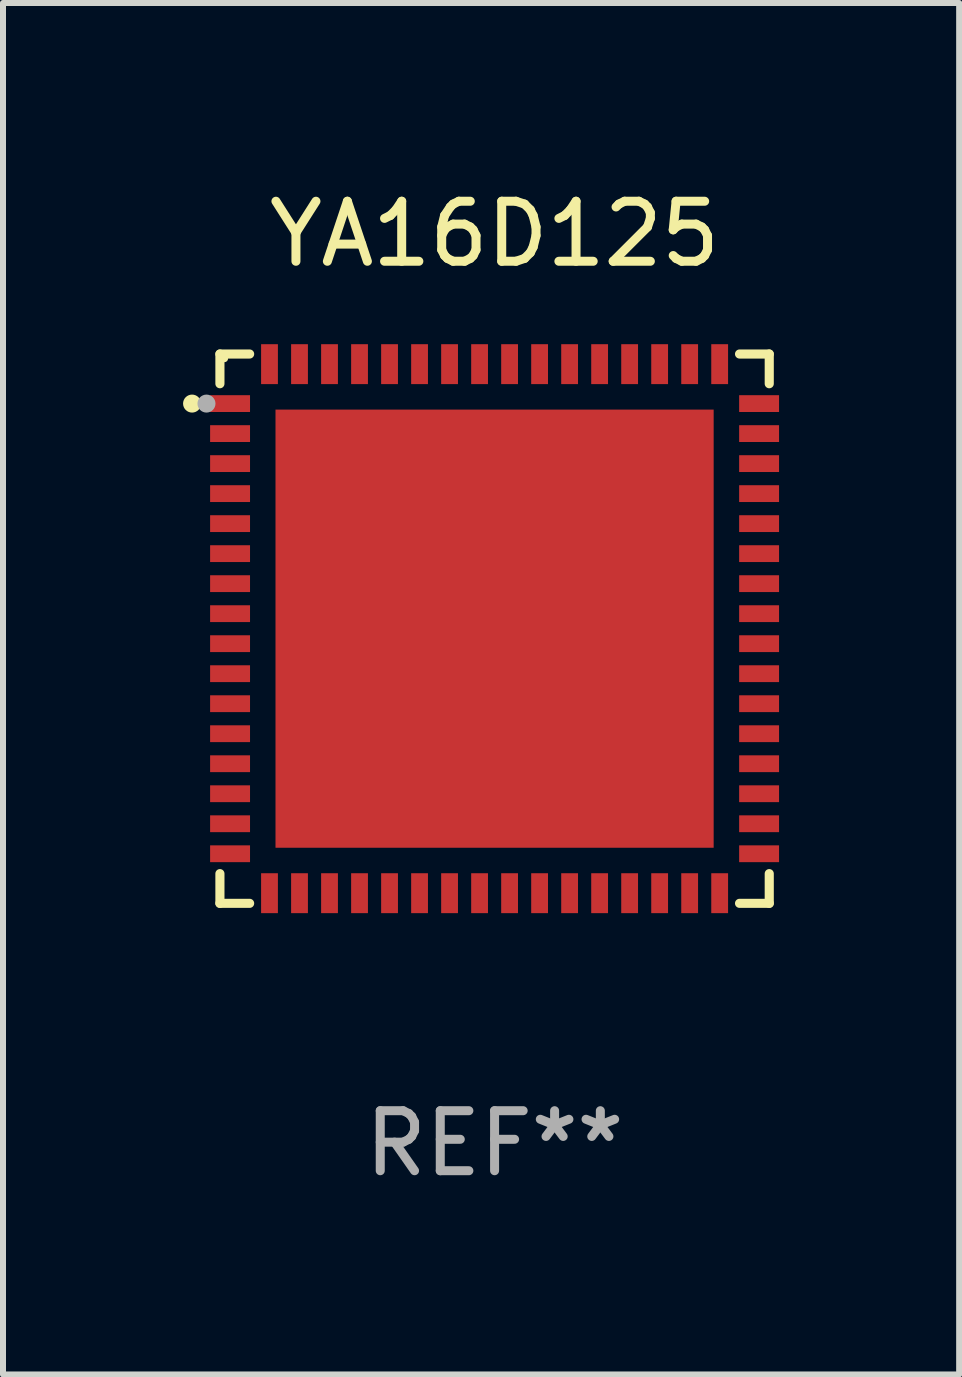
<source format=kicad_pcb>
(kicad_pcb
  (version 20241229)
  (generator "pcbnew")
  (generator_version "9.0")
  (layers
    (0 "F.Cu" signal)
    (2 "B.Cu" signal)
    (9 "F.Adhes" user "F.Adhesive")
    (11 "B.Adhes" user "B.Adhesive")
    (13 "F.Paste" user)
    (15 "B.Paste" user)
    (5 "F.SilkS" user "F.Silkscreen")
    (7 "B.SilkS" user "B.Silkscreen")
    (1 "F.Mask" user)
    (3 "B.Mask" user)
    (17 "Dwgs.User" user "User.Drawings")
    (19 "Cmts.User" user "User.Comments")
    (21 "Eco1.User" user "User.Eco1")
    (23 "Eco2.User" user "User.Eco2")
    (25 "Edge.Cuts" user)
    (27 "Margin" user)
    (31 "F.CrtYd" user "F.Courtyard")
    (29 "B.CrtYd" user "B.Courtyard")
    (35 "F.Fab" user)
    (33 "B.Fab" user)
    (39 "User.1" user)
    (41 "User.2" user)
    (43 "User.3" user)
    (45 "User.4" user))
  (footprint "YA16D125"
    (layer "F.Cu")
    (at 5.19 7.424)
    (property "Reference" "YA16D125" (at 0 -6.576 0) (layer "F.SilkS") (effects (font (size 1 1) (thickness 0.15))))
    (attr through_hole)
    (fp_line (start -4.576 -4.576) (end -4.576 -4.081) (stroke (width 0.152) (type solid)) (layer "F.SilkS"))
    (fp_line (start -4.576 4.576) (end -4.576 4.081) (stroke (width 0.152) (type solid)) (layer "F.SilkS"))
    (fp_line (start -4.081 -4.576) (end -4.576 -4.576) (stroke (width 0.152) (type solid)) (layer "F.SilkS"))
    (fp_line (start -4.081 4.576) (end -4.576 4.576) (stroke (width 0.152) (type solid)) (layer "F.SilkS"))
    (fp_line (start 4.081 -4.576) (end 4.576 -4.576) (stroke (width 0.152) (type solid)) (layer "F.SilkS"))
    (fp_line (start 4.081 4.576) (end 4.576 4.576) (stroke (width 0.152) (type solid)) (layer "F.SilkS"))
    (fp_line (start 4.576 -4.576) (end 4.576 -4.081) (stroke (width 0.152) (type solid)) (layer "F.SilkS"))
    (fp_line (start 4.576 4.576) (end 4.576 4.081) (stroke (width 0.152) (type solid)) (layer "F.SilkS"))
    (fp_circle (center -5.04 -3.75) (end -4.965 -3.75) (stroke (width 0.15) (type solid)) (fill no) (layer "F.SilkS"))
    (fp_circle (center -4.5 -4.5) (end -4.47 -4.5) (stroke (width 0.06) (type solid)) (fill no) (layer "F.SilkS"))
    (fp_circle (center -4.8 -3.75) (end -4.725 -3.75) (stroke (width 0.15) (type solid)) (fill no) (layer "F.Fab"))
    (fp_text user "REF**" (at 0 8.576 0) (layer "F.Fab") (effects (font (size 1 1) (thickness 0.15))))
    (pad "1" smd rect (at -4.407 -3.75) (size 0.665 0.28) (layers "F.Cu" "F.Mask" "F.Paste"))
    (pad "2" smd rect (at -4.407 -3.25) (size 0.665 0.28) (layers "F.Cu" "F.Mask" "F.Paste"))
    (pad "3" smd rect (at -4.407 -2.75) (size 0.665 0.28) (layers "F.Cu" "F.Mask" "F.Paste"))
    (pad "4" smd rect (at -4.407 -2.25) (size 0.665 0.28) (layers "F.Cu" "F.Mask" "F.Paste"))
    (pad "5" smd rect (at -4.407 -1.75) (size 0.665 0.28) (layers "F.Cu" "F.Mask" "F.Paste"))
    (pad "6" smd rect (at -4.407 -1.25) (size 0.665 0.28) (layers "F.Cu" "F.Mask" "F.Paste"))
    (pad "7" smd rect (at -4.407 -0.75) (size 0.665 0.28) (layers "F.Cu" "F.Mask" "F.Paste"))
    (pad "8" smd rect (at -4.407 -0.25) (size 0.665 0.28) (layers "F.Cu" "F.Mask" "F.Paste"))
    (pad "9" smd rect (at -4.407 0.25) (size 0.665 0.28) (layers "F.Cu" "F.Mask" "F.Paste"))
    (pad "10" smd rect (at -4.407 0.75) (size 0.665 0.28) (layers "F.Cu" "F.Mask" "F.Paste"))
    (pad "11" smd rect (at -4.407 1.25) (size 0.665 0.28) (layers "F.Cu" "F.Mask" "F.Paste"))
    (pad "12" smd rect (at -4.407 1.75) (size 0.665 0.28) (layers "F.Cu" "F.Mask" "F.Paste"))
    (pad "13" smd rect (at -4.407 2.25) (size 0.665 0.28) (layers "F.Cu" "F.Mask" "F.Paste"))
    (pad "14" smd rect (at -4.407 2.75) (size 0.665 0.28) (layers "F.Cu" "F.Mask" "F.Paste"))
    (pad "15" smd rect (at -4.407 3.25) (size 0.665 0.28) (layers "F.Cu" "F.Mask" "F.Paste"))
    (pad "16" smd rect (at -4.407 3.75) (size 0.665 0.28) (layers "F.Cu" "F.Mask" "F.Paste"))
    (pad "17" smd rect (at -3.75 4.407) (size 0.28 0.665) (layers "F.Cu" "F.Mask" "F.Paste"))
    (pad "18" smd rect (at -3.25 4.407) (size 0.28 0.665) (layers "F.Cu" "F.Mask" "F.Paste"))
    (pad "19" smd rect (at -2.75 4.407) (size 0.28 0.665) (layers "F.Cu" "F.Mask" "F.Paste"))
    (pad "20" smd rect (at -2.25 4.407) (size 0.28 0.665) (layers "F.Cu" "F.Mask" "F.Paste"))
    (pad "21" smd rect (at -1.75 4.407) (size 0.28 0.665) (layers "F.Cu" "F.Mask" "F.Paste"))
    (pad "22" smd rect (at -1.25 4.407) (size 0.28 0.665) (layers "F.Cu" "F.Mask" "F.Paste"))
    (pad "23" smd rect (at -0.75 4.407) (size 0.28 0.665) (layers "F.Cu" "F.Mask" "F.Paste"))
    (pad "24" smd rect (at -0.25 4.407) (size 0.28 0.665) (layers "F.Cu" "F.Mask" "F.Paste"))
    (pad "25" smd rect (at 0.25 4.407) (size 0.28 0.665) (layers "F.Cu" "F.Mask" "F.Paste"))
    (pad "26" smd rect (at 0.75 4.407) (size 0.28 0.665) (layers "F.Cu" "F.Mask" "F.Paste"))
    (pad "27" smd rect (at 1.25 4.407) (size 0.28 0.665) (layers "F.Cu" "F.Mask" "F.Paste"))
    (pad "28" smd rect (at 1.75 4.407) (size 0.28 0.665) (layers "F.Cu" "F.Mask" "F.Paste"))
    (pad "29" smd rect (at 2.25 4.407) (size 0.28 0.665) (layers "F.Cu" "F.Mask" "F.Paste"))
    (pad "30" smd rect (at 2.75 4.407) (size 0.28 0.665) (layers "F.Cu" "F.Mask" "F.Paste"))
    (pad "31" smd rect (at 3.25 4.407) (size 0.28 0.665) (layers "F.Cu" "F.Mask" "F.Paste"))
    (pad "32" smd rect (at 3.75 4.407) (size 0.28 0.665) (layers "F.Cu" "F.Mask" "F.Paste"))
    (pad "33" smd rect (at 4.407 3.75) (size 0.665 0.28) (layers "F.Cu" "F.Mask" "F.Paste"))
    (pad "34" smd rect (at 4.407 3.25) (size 0.665 0.28) (layers "F.Cu" "F.Mask" "F.Paste"))
    (pad "35" smd rect (at 4.407 2.75) (size 0.665 0.28) (layers "F.Cu" "F.Mask" "F.Paste"))
    (pad "36" smd rect (at 4.407 2.25) (size 0.665 0.28) (layers "F.Cu" "F.Mask" "F.Paste"))
    (pad "37" smd rect (at 4.407 1.75) (size 0.665 0.28) (layers "F.Cu" "F.Mask" "F.Paste"))
    (pad "38" smd rect (at 4.407 1.25) (size 0.665 0.28) (layers "F.Cu" "F.Mask" "F.Paste"))
    (pad "39" smd rect (at 4.407 0.75) (size 0.665 0.28) (layers "F.Cu" "F.Mask" "F.Paste"))
    (pad "40" smd rect (at 4.407 0.25) (size 0.665 0.28) (layers "F.Cu" "F.Mask" "F.Paste"))
    (pad "41" smd rect (at 4.407 -0.25) (size 0.665 0.28) (layers "F.Cu" "F.Mask" "F.Paste"))
    (pad "42" smd rect (at 4.407 -0.75) (size 0.665 0.28) (layers "F.Cu" "F.Mask" "F.Paste"))
    (pad "43" smd rect (at 4.407 -1.25) (size 0.665 0.28) (layers "F.Cu" "F.Mask" "F.Paste"))
    (pad "44" smd rect (at 4.407 -1.75) (size 0.665 0.28) (layers "F.Cu" "F.Mask" "F.Paste"))
    (pad "45" smd rect (at 4.407 -2.25) (size 0.665 0.28) (layers "F.Cu" "F.Mask" "F.Paste"))
    (pad "46" smd rect (at 4.407 -2.75) (size 0.665 0.28) (layers "F.Cu" "F.Mask" "F.Paste"))
    (pad "47" smd rect (at 4.407 -3.25) (size 0.665 0.28) (layers "F.Cu" "F.Mask" "F.Paste"))
    (pad "48" smd rect (at 4.407 -3.75) (size 0.665 0.28) (layers "F.Cu" "F.Mask" "F.Paste"))
    (pad "49" smd rect (at 3.75 -4.407) (size 0.28 0.665) (layers "F.Cu" "F.Mask" "F.Paste"))
    (pad "50" smd rect (at 3.25 -4.407) (size 0.28 0.665) (layers "F.Cu" "F.Mask" "F.Paste"))
    (pad "51" smd rect (at 2.75 -4.407) (size 0.28 0.665) (layers "F.Cu" "F.Mask" "F.Paste"))
    (pad "52" smd rect (at 2.25 -4.407) (size 0.28 0.665) (layers "F.Cu" "F.Mask" "F.Paste"))
    (pad "53" smd rect (at 1.75 -4.407) (size 0.28 0.665) (layers "F.Cu" "F.Mask" "F.Paste"))
    (pad "54" smd rect (at 1.25 -4.407) (size 0.28 0.665) (layers "F.Cu" "F.Mask" "F.Paste"))
    (pad "55" smd rect (at 0.75 -4.407) (size 0.28 0.665) (layers "F.Cu" "F.Mask" "F.Paste"))
    (pad "56" smd rect (at 0.25 -4.407) (size 0.28 0.665) (layers "F.Cu" "F.Mask" "F.Paste"))
    (pad "57" smd rect (at -0.25 -4.407) (size 0.28 0.665) (layers "F.Cu" "F.Mask" "F.Paste"))
    (pad "58" smd rect (at -0.75 -4.407) (size 0.28 0.665) (layers "F.Cu" "F.Mask" "F.Paste"))
    (pad "59" smd rect (at -1.25 -4.407) (size 0.28 0.665) (layers "F.Cu" "F.Mask" "F.Paste"))
    (pad "60" smd rect (at -1.75 -4.407) (size 0.28 0.665) (layers "F.Cu" "F.Mask" "F.Paste"))
    (pad "61" smd rect (at -2.25 -4.407) (size 0.28 0.665) (layers "F.Cu" "F.Mask" "F.Paste"))
    (pad "62" smd rect (at -2.75 -4.407) (size 0.28 0.665) (layers "F.Cu" "F.Mask" "F.Paste"))
    (pad "63" smd rect (at -3.25 -4.407) (size 0.28 0.665) (layers "F.Cu" "F.Mask" "F.Paste"))
    (pad "64" smd rect (at -3.75 -4.407) (size 0.28 0.665) (layers "F.Cu" "F.Mask" "F.Paste"))
    (pad "65" smd rect (at 0 0) (size 7.3 7.3) (layers "F.Cu" "F.Mask" "F.Paste")))
  (gr_rect
    (start -3 -3)
    (end 12.93 19.849)
    (stroke (width 0.1) (type default))
    (fill no)
    (layer "Edge.Cuts")))
</source>
